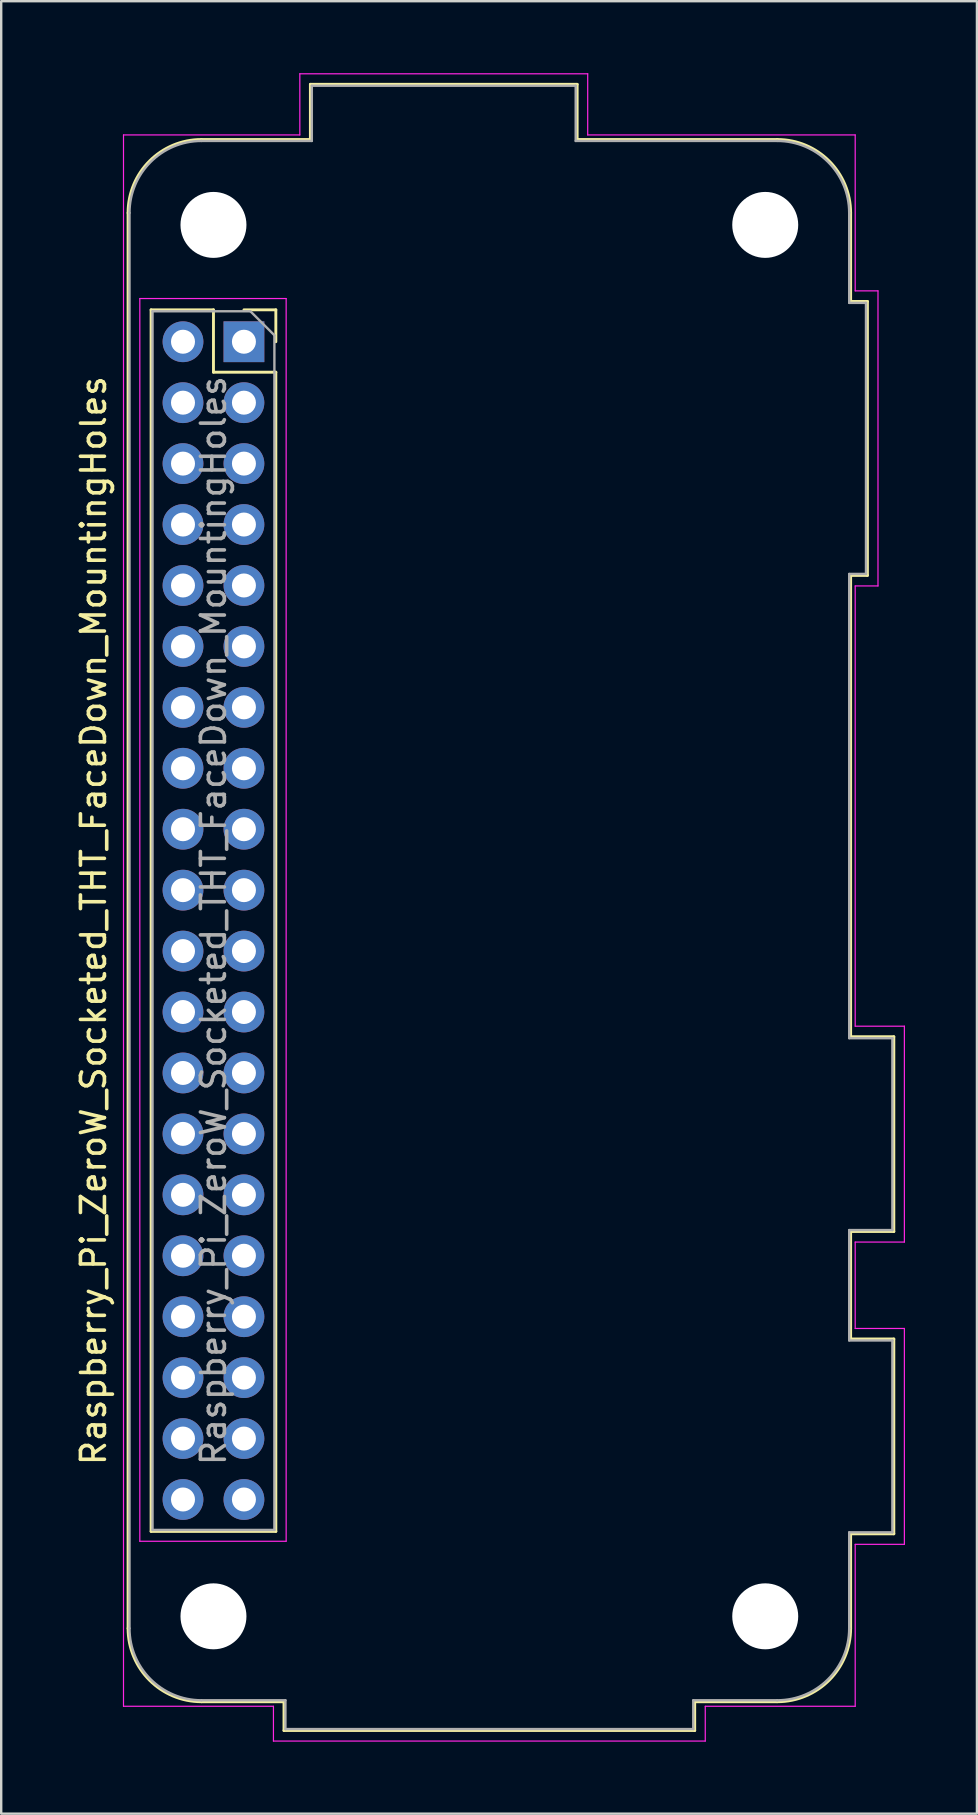
<source format=kicad_pcb>
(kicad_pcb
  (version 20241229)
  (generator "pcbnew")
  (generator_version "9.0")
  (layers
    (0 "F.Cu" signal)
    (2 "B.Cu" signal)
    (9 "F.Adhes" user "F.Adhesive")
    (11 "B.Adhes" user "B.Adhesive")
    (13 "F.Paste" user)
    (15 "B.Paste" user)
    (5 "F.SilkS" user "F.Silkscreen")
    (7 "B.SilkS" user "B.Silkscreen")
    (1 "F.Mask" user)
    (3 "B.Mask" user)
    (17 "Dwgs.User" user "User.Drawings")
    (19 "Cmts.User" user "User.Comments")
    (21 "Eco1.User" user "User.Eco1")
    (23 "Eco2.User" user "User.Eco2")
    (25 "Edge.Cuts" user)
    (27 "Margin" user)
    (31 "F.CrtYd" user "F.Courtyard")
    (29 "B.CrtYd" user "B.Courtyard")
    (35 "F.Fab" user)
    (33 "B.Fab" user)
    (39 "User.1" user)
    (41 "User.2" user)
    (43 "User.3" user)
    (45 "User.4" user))
  (footprint "Raspberry_Pi_ZeroW_Socketed_THT_FaceDown_MountingHoles"
    (layer "F.Cu")
    (at 7.118 11.195)
    (property "Reference" "Raspberry_Pi_ZeroW_Socketed_THT_FaceDown_MountingHoles" (at -6.27 24.13 90) (layer "F.SilkS") (effects (font (size 1 1) (thickness 0.15))))
    (attr through_hole)
    (fp_line (start -4.83 53.63) (end -4.83 -5.37) (stroke (width 0.12) (type solid)) (layer "F.SilkS"))
    (fp_line (start -3.87 -1.33) (end -3.87 49.59) (stroke (width 0.12) (type solid)) (layer "F.SilkS"))
    (fp_line (start -3.87 -1.33) (end -1.27 -1.33) (stroke (width 0.12) (type solid)) (layer "F.SilkS"))
    (fp_line (start -3.87 49.59) (end 1.33 49.59) (stroke (width 0.12) (type solid)) (layer "F.SilkS"))
    (fp_line (start -1.77 -8.43) (end 2.77 -8.43) (stroke (width 0.12) (type solid)) (layer "F.SilkS"))
    (fp_line (start -1.27 -1.33) (end -1.27 1.27) (stroke (width 0.12) (type solid)) (layer "F.SilkS"))
    (fp_line (start -1.27 1.27) (end 1.33 1.27) (stroke (width 0.12) (type solid)) (layer "F.SilkS"))
    (fp_line (start 0 -1.33) (end 1.33 -1.33) (stroke (width 0.12) (type solid)) (layer "F.SilkS"))
    (fp_line (start 1.33 -1.33) (end 1.33 0) (stroke (width 0.12) (type solid)) (layer "F.SilkS"))
    (fp_line (start 1.33 1.27) (end 1.33 49.59) (stroke (width 0.12) (type solid)) (layer "F.SilkS"))
    (fp_line (start 1.67 56.69) (end -1.77 56.69) (stroke (width 0.12) (type solid)) (layer "F.SilkS"))
    (fp_line (start 1.67 56.69) (end 1.67 57.89) (stroke (width 0.12) (type solid)) (layer "F.SilkS"))
    (fp_line (start 1.67 57.89) (end 18.79 57.89) (stroke (width 0.12) (type solid)) (layer "F.SilkS"))
    (fp_line (start 2.77 -8.43) (end 2.77 -10.73) (stroke (width 0.12) (type solid)) (layer "F.SilkS"))
    (fp_line (start 13.89 -10.73) (end 2.77 -10.73) (stroke (width 0.12) (type solid)) (layer "F.SilkS"))
    (fp_line (start 13.89 -8.43) (end 13.89 -10.73) (stroke (width 0.12) (type solid)) (layer "F.SilkS"))
    (fp_line (start 18.79 56.69) (end 22.23 56.69) (stroke (width 0.12) (type solid)) (layer "F.SilkS"))
    (fp_line (start 18.79 57.89) (end 18.79 56.69) (stroke (width 0.12) (type solid)) (layer "F.SilkS"))
    (fp_line (start 22.23 -8.43) (end 13.89 -8.43) (stroke (width 0.12) (type solid)) (layer "F.SilkS"))
    (fp_line (start 25.29 -1.68) (end 25.29 -5.37) (stroke (width 0.12) (type solid)) (layer "F.SilkS"))
    (fp_line (start 25.29 9.74) (end 25.99 9.74) (stroke (width 0.12) (type solid)) (layer "F.SilkS"))
    (fp_line (start 25.29 28.97) (end 25.29 9.74) (stroke (width 0.12) (type solid)) (layer "F.SilkS"))
    (fp_line (start 25.29 37.09) (end 27.09 37.09) (stroke (width 0.12) (type solid)) (layer "F.SilkS"))
    (fp_line (start 25.29 41.57) (end 25.29 37.09) (stroke (width 0.12) (type solid)) (layer "F.SilkS"))
    (fp_line (start 25.29 49.69) (end 27.09 49.69) (stroke (width 0.12) (type solid)) (layer "F.SilkS"))
    (fp_line (start 25.29 53.63) (end 25.29 49.69) (stroke (width 0.12) (type solid)) (layer "F.SilkS"))
    (fp_line (start 25.99 -1.68) (end 25.29 -1.68) (stroke (width 0.12) (type solid)) (layer "F.SilkS"))
    (fp_line (start 25.99 9.74) (end 25.99 -1.68) (stroke (width 0.12) (type solid)) (layer "F.SilkS"))
    (fp_line (start 27.09 28.97) (end 25.29 28.97) (stroke (width 0.12) (type solid)) (layer "F.SilkS"))
    (fp_line (start 27.09 37.09) (end 27.09 28.97) (stroke (width 0.12) (type solid)) (layer "F.SilkS"))
    (fp_line (start 27.09 41.57) (end 25.29 41.57) (stroke (width 0.12) (type solid)) (layer "F.SilkS"))
    (fp_line (start 27.09 49.69) (end 27.09 41.57) (stroke (width 0.12) (type solid)) (layer "F.SilkS"))
    (fp_arc (start -4.83 -5.37) (mid -3.933747 -7.533747) (end -1.77 -8.43) (stroke (width 0.12) (type solid)) (layer "F.SilkS"))
    (fp_arc (start -1.77 56.69) (mid -3.933747 55.793747) (end -4.83 53.63) (stroke (width 0.12) (type solid)) (layer "F.SilkS"))
    (fp_arc (start 22.23 -8.43) (mid 24.393747 -7.533747) (end 25.29 -5.37) (stroke (width 0.12) (type solid)) (layer "F.SilkS"))
    (fp_arc (start 25.29 53.63) (mid 24.393747 55.793747) (end 22.23 56.69) (stroke (width 0.12) (type solid)) (layer "F.SilkS"))
    (fp_line (start -5.02 -8.62) (end 2.33 -8.62) (stroke (width 0.05) (type solid)) (layer "F.CrtYd"))
    (fp_line (start -5.02 56.88) (end -5.02 -8.62) (stroke (width 0.05) (type solid)) (layer "F.CrtYd"))
    (fp_line (start -5.02 56.88) (end 1.23 56.88) (stroke (width 0.05) (type solid)) (layer "F.CrtYd"))
    (fp_line (start -4.34 -1.8) (end 1.76 -1.8) (stroke (width 0.05) (type solid)) (layer "F.CrtYd"))
    (fp_line (start -4.34 50) (end -4.34 -1.8) (stroke (width 0.05) (type solid)) (layer "F.CrtYd"))
    (fp_line (start 1.23 58.33) (end 1.23 56.88) (stroke (width 0.05) (type solid)) (layer "F.CrtYd"))
    (fp_line (start 1.76 -1.8) (end 1.76 50) (stroke (width 0.05) (type solid)) (layer "F.CrtYd"))
    (fp_line (start 1.76 50) (end -4.34 50) (stroke (width 0.05) (type solid)) (layer "F.CrtYd"))
    (fp_line (start 2.33 -8.62) (end 2.33 -11.17) (stroke (width 0.05) (type solid)) (layer "F.CrtYd"))
    (fp_line (start 14.33 -11.17) (end 2.33 -11.17) (stroke (width 0.05) (type solid)) (layer "F.CrtYd"))
    (fp_line (start 14.33 -8.62) (end 14.33 -11.17) (stroke (width 0.05) (type solid)) (layer "F.CrtYd"))
    (fp_line (start 19.23 56.88) (end 25.48 56.88) (stroke (width 0.05) (type solid)) (layer "F.CrtYd"))
    (fp_line (start 19.23 58.33) (end 1.23 58.33) (stroke (width 0.05) (type solid)) (layer "F.CrtYd"))
    (fp_line (start 19.23 58.33) (end 19.23 56.88) (stroke (width 0.05) (type solid)) (layer "F.CrtYd"))
    (fp_line (start 25.48 -8.62) (end 14.33 -8.62) (stroke (width 0.05) (type solid)) (layer "F.CrtYd"))
    (fp_line (start 25.48 -2.12) (end 25.48 -8.62) (stroke (width 0.05) (type solid)) (layer "F.CrtYd"))
    (fp_line (start 25.48 28.53) (end 25.48 10.18) (stroke (width 0.05) (type solid)) (layer "F.CrtYd"))
    (fp_line (start 25.48 37.53) (end 25.48 41.13) (stroke (width 0.05) (type solid)) (layer "F.CrtYd"))
    (fp_line (start 25.48 50.13) (end 25.48 56.88) (stroke (width 0.05) (type solid)) (layer "F.CrtYd"))
    (fp_line (start 26.43 -2.12) (end 25.48 -2.12) (stroke (width 0.05) (type solid)) (layer "F.CrtYd"))
    (fp_line (start 26.43 -2.12) (end 26.43 10.18) (stroke (width 0.05) (type solid)) (layer "F.CrtYd"))
    (fp_line (start 26.43 10.18) (end 25.48 10.18) (stroke (width 0.05) (type solid)) (layer "F.CrtYd"))
    (fp_line (start 27.53 28.53) (end 25.48 28.53) (stroke (width 0.05) (type solid)) (layer "F.CrtYd"))
    (fp_line (start 27.53 37.53) (end 25.48 37.53) (stroke (width 0.05) (type solid)) (layer "F.CrtYd"))
    (fp_line (start 27.53 37.53) (end 27.53 28.53) (stroke (width 0.05) (type solid)) (layer "F.CrtYd"))
    (fp_line (start 27.53 41.13) (end 25.48 41.13) (stroke (width 0.05) (type solid)) (layer "F.CrtYd"))
    (fp_line (start 27.53 50.13) (end 25.48 50.13) (stroke (width 0.05) (type solid)) (layer "F.CrtYd"))
    (fp_line (start 27.53 50.13) (end 27.53 41.13) (stroke (width 0.05) (type solid)) (layer "F.CrtYd"))
    (fp_line (start -4.77 53.63) (end -4.77 -5.37) (stroke (width 0.1) (type solid)) (layer "F.Fab"))
    (fp_line (start -3.81 -1.27) (end 0.27 -1.27) (stroke (width 0.1) (type solid)) (layer "F.Fab"))
    (fp_line (start -3.81 49.53) (end -3.81 -1.27) (stroke (width 0.1) (type solid)) (layer "F.Fab"))
    (fp_line (start -1.77 -8.37) (end 2.83 -8.37) (stroke (width 0.1) (type solid)) (layer "F.Fab"))
    (fp_line (start -1.77 56.63) (end 1.73 56.63) (stroke (width 0.1) (type solid)) (layer "F.Fab"))
    (fp_line (start 0.27 -1.27) (end 1.27 -0.27) (stroke (width 0.1) (type solid)) (layer "F.Fab"))
    (fp_line (start 1.27 -0.27) (end 1.27 49.53) (stroke (width 0.1) (type solid)) (layer "F.Fab"))
    (fp_line (start 1.27 49.53) (end -3.81 49.53) (stroke (width 0.1) (type solid)) (layer "F.Fab"))
    (fp_line (start 1.73 56.63) (end 1.73 57.83) (stroke (width 0.1) (type solid)) (layer "F.Fab"))
    (fp_line (start 1.73 57.83) (end 18.73 57.83) (stroke (width 0.1) (type solid)) (layer "F.Fab"))
    (fp_line (start 2.83 -8.37) (end 2.83 -10.67) (stroke (width 0.1) (type solid)) (layer "F.Fab"))
    (fp_line (start 13.83 -10.67) (end 2.83 -10.67) (stroke (width 0.1) (type solid)) (layer "F.Fab"))
    (fp_line (start 13.83 -10.67) (end 13.83 -8.37) (stroke (width 0.1) (type solid)) (layer "F.Fab"))
    (fp_line (start 13.83 -8.37) (end 22.23 -8.37) (stroke (width 0.1) (type solid)) (layer "F.Fab"))
    (fp_line (start 18.73 56.63) (end 18.73 57.83) (stroke (width 0.1) (type solid)) (layer "F.Fab"))
    (fp_line (start 22.23 56.63) (end 18.73 56.63) (stroke (width 0.1) (type solid)) (layer "F.Fab"))
    (fp_line (start 25.23 -1.62) (end 25.23 -5.37) (stroke (width 0.1) (type solid)) (layer "F.Fab"))
    (fp_line (start 25.23 -1.62) (end 25.93 -1.62) (stroke (width 0.1) (type solid)) (layer "F.Fab"))
    (fp_line (start 25.23 9.68) (end 25.93 9.68) (stroke (width 0.1) (type solid)) (layer "F.Fab"))
    (fp_line (start 25.23 29.03) (end 25.23 9.68) (stroke (width 0.1) (type solid)) (layer "F.Fab"))
    (fp_line (start 25.23 37.03) (end 27.03 37.03) (stroke (width 0.1) (type solid)) (layer "F.Fab"))
    (fp_line (start 25.23 41.63) (end 25.23 37.03) (stroke (width 0.1) (type solid)) (layer "F.Fab"))
    (fp_line (start 25.23 49.63) (end 25.23 53.63) (stroke (width 0.1) (type solid)) (layer "F.Fab"))
    (fp_line (start 25.23 49.63) (end 27.03 49.63) (stroke (width 0.1) (type solid)) (layer "F.Fab"))
    (fp_line (start 25.93 9.68) (end 25.93 -1.62) (stroke (width 0.1) (type solid)) (layer "F.Fab"))
    (fp_line (start 27.03 29.03) (end 25.23 29.03) (stroke (width 0.1) (type solid)) (layer "F.Fab"))
    (fp_line (start 27.03 37.03) (end 27.03 29.03) (stroke (width 0.1) (type solid)) (layer "F.Fab"))
    (fp_line (start 27.03 41.63) (end 25.23 41.63) (stroke (width 0.1) (type solid)) (layer "F.Fab"))
    (fp_line (start 27.03 49.63) (end 27.03 41.63) (stroke (width 0.1) (type solid)) (layer "F.Fab"))
    (fp_arc (start -4.77 -5.37) (mid -3.89132 -7.49132) (end -1.77 -8.37) (stroke (width 0.1) (type solid)) (layer "F.Fab"))
    (fp_arc (start -1.77 56.63) (mid -3.89132 55.75132) (end -4.77 53.63) (stroke (width 0.1) (type solid)) (layer "F.Fab"))
    (fp_arc (start 22.23 -8.37) (mid 24.35132 -7.49132) (end 25.23 -5.37) (stroke (width 0.1) (type solid)) (layer "F.Fab"))
    (fp_arc (start 25.23 53.63) (mid 24.35132 55.75132) (end 22.23 56.63) (stroke (width 0.1) (type solid)) (layer "F.Fab"))
    (fp_text user "${REFERENCE}" (at -1.27 24.13 90) (layer "F.Fab") (effects (font (size 1 1) (thickness 0.15))))
    (pad "" np_thru_hole circle (at -1.27 -4.87 90) (size 2.75 2.75) (drill 2.75) (layers "*.Cu" "*.Mask"))
    (pad "" np_thru_hole circle (at -1.27 53.13 90) (size 2.75 2.75) (drill 2.75) (layers "*.Cu" "*.Mask"))
    (pad "" np_thru_hole circle (at 21.73 -4.87 90) (size 2.75 2.75) (drill 2.75) (layers "*.Cu" "*.Mask"))
    (pad "" np_thru_hole circle (at 21.73 53.13 90) (size 2.75 2.75) (drill 2.75) (layers "*.Cu" "*.Mask"))
    (pad "1" thru_hole rect (at 0 0) (size 1.7 1.7) (drill 1) (layers "*.Cu" "*.Mask"))
    (pad "2" thru_hole oval (at -2.54 0) (size 1.7 1.7) (drill 1) (layers "*.Cu" "*.Mask"))
    (pad "3" thru_hole oval (at 0 2.54) (size 1.7 1.7) (drill 1) (layers "*.Cu" "*.Mask"))
    (pad "4" thru_hole oval (at -2.54 2.54) (size 1.7 1.7) (drill 1) (layers "*.Cu" "*.Mask"))
    (pad "5" thru_hole oval (at 0 5.08) (size 1.7 1.7) (drill 1) (layers "*.Cu" "*.Mask"))
    (pad "6" thru_hole oval (at -2.54 5.08) (size 1.7 1.7) (drill 1) (layers "*.Cu" "*.Mask"))
    (pad "7" thru_hole oval (at 0 7.62) (size 1.7 1.7) (drill 1) (layers "*.Cu" "*.Mask"))
    (pad "8" thru_hole oval (at -2.54 7.62) (size 1.7 1.7) (drill 1) (layers "*.Cu" "*.Mask"))
    (pad "9" thru_hole oval (at 0 10.16) (size 1.7 1.7) (drill 1) (layers "*.Cu" "*.Mask"))
    (pad "10" thru_hole oval (at -2.54 10.16) (size 1.7 1.7) (drill 1) (layers "*.Cu" "*.Mask"))
    (pad "11" thru_hole oval (at 0 12.7) (size 1.7 1.7) (drill 1) (layers "*.Cu" "*.Mask"))
    (pad "12" thru_hole oval (at -2.54 12.7) (size 1.7 1.7) (drill 1) (layers "*.Cu" "*.Mask"))
    (pad "13" thru_hole oval (at 0 15.24) (size 1.7 1.7) (drill 1) (layers "*.Cu" "*.Mask"))
    (pad "14" thru_hole oval (at -2.54 15.24) (size 1.7 1.7) (drill 1) (layers "*.Cu" "*.Mask"))
    (pad "15" thru_hole oval (at 0 17.78) (size 1.7 1.7) (drill 1) (layers "*.Cu" "*.Mask"))
    (pad "16" thru_hole oval (at -2.54 17.78) (size 1.7 1.7) (drill 1) (layers "*.Cu" "*.Mask"))
    (pad "17" thru_hole oval (at 0 20.32) (size 1.7 1.7) (drill 1) (layers "*.Cu" "*.Mask"))
    (pad "18" thru_hole oval (at -2.54 20.32) (size 1.7 1.7) (drill 1) (layers "*.Cu" "*.Mask"))
    (pad "19" thru_hole oval (at 0 22.86) (size 1.7 1.7) (drill 1) (layers "*.Cu" "*.Mask"))
    (pad "20" thru_hole oval (at -2.54 22.86) (size 1.7 1.7) (drill 1) (layers "*.Cu" "*.Mask"))
    (pad "21" thru_hole oval (at 0 25.4) (size 1.7 1.7) (drill 1) (layers "*.Cu" "*.Mask"))
    (pad "22" thru_hole oval (at -2.54 25.4) (size 1.7 1.7) (drill 1) (layers "*.Cu" "*.Mask"))
    (pad "23" thru_hole oval (at 0 27.94) (size 1.7 1.7) (drill 1) (layers "*.Cu" "*.Mask"))
    (pad "24" thru_hole oval (at -2.54 27.94) (size 1.7 1.7) (drill 1) (layers "*.Cu" "*.Mask"))
    (pad "25" thru_hole oval (at 0 30.48) (size 1.7 1.7) (drill 1) (layers "*.Cu" "*.Mask"))
    (pad "26" thru_hole oval (at -2.54 30.48) (size 1.7 1.7) (drill 1) (layers "*.Cu" "*.Mask"))
    (pad "27" thru_hole oval (at 0 33.02) (size 1.7 1.7) (drill 1) (layers "*.Cu" "*.Mask"))
    (pad "28" thru_hole oval (at -2.54 33.02) (size 1.7 1.7) (drill 1) (layers "*.Cu" "*.Mask"))
    (pad "29" thru_hole oval (at 0 35.56) (size 1.7 1.7) (drill 1) (layers "*.Cu" "*.Mask"))
    (pad "30" thru_hole oval (at -2.54 35.56) (size 1.7 1.7) (drill 1) (layers "*.Cu" "*.Mask"))
    (pad "31" thru_hole oval (at 0 38.1) (size 1.7 1.7) (drill 1) (layers "*.Cu" "*.Mask"))
    (pad "32" thru_hole oval (at -2.54 38.1) (size 1.7 1.7) (drill 1) (layers "*.Cu" "*.Mask"))
    (pad "33" thru_hole oval (at 0 40.64) (size 1.7 1.7) (drill 1) (layers "*.Cu" "*.Mask"))
    (pad "34" thru_hole oval (at -2.54 40.64) (size 1.7 1.7) (drill 1) (layers "*.Cu" "*.Mask"))
    (pad "35" thru_hole oval (at 0 43.18) (size 1.7 1.7) (drill 1) (layers "*.Cu" "*.Mask"))
    (pad "36" thru_hole oval (at -2.54 43.18) (size 1.7 1.7) (drill 1) (layers "*.Cu" "*.Mask"))
    (pad "37" thru_hole oval (at 0 45.72) (size 1.7 1.7) (drill 1) (layers "*.Cu" "*.Mask"))
    (pad "38" thru_hole oval (at -2.54 45.72) (size 1.7 1.7) (drill 1) (layers "*.Cu" "*.Mask"))
    (pad "39" thru_hole oval (at 0 48.26) (size 1.7 1.7) (drill 1) (layers "*.Cu" "*.Mask"))
    (pad "40" thru_hole oval (at -2.54 48.26) (size 1.7 1.7) (drill 1) (layers "*.Cu" "*.Mask")))
  (gr_rect
    (start -3 -3)
    (end 37.673 72.55)
    (stroke (width 0.1) (type default))
    (fill no)
    (layer "Edge.Cuts")))
</source>
